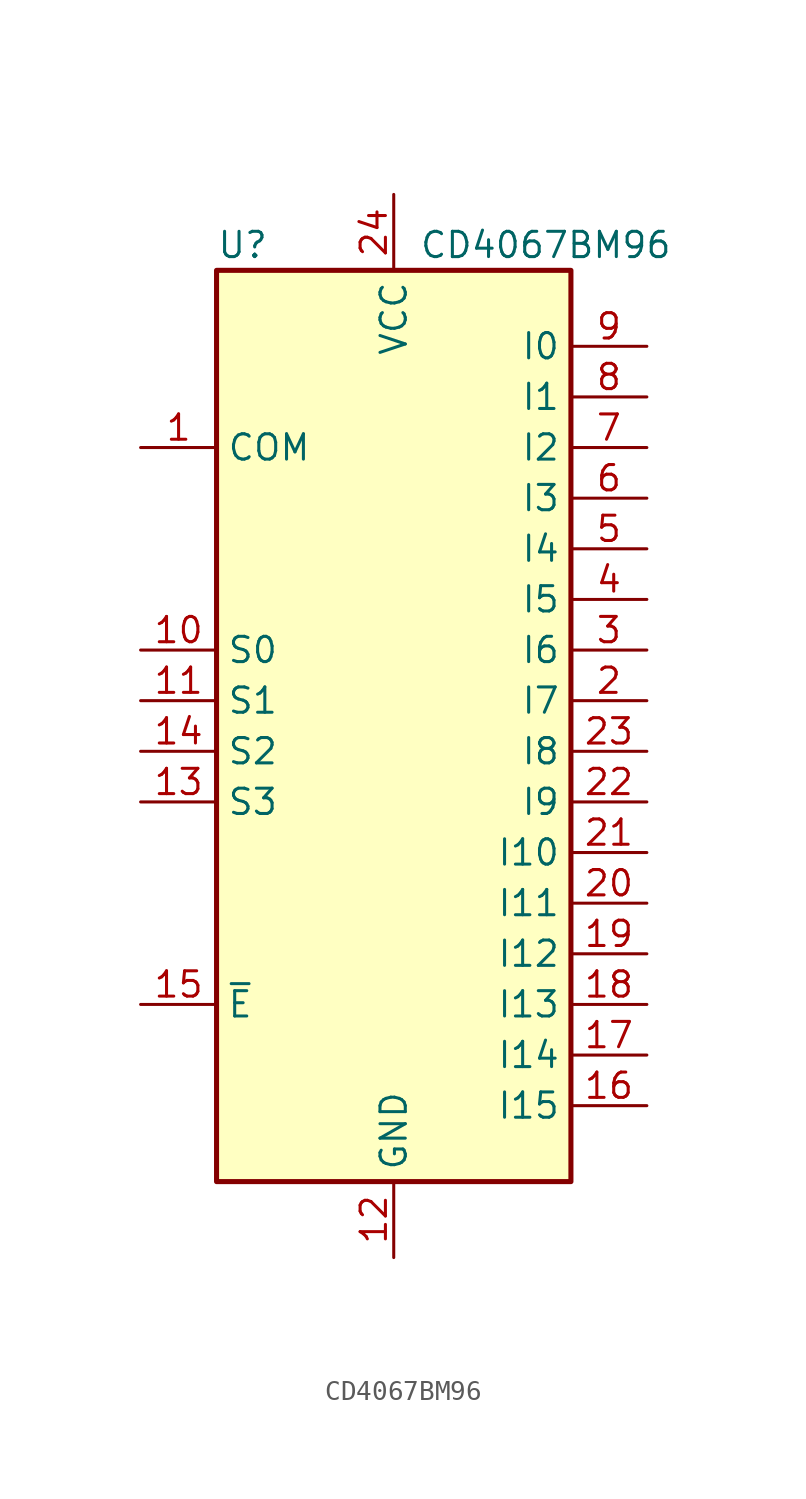
<source format=kicad_sym>
(kicad_symbol_lib
  (version 20220914)
  (generator kicad_symbol_editor)
  (symbol "CD4067BM96"
    (property "Reference" "U"
      (at -8.89 22.86 0)
      (effects (font (size 1.27 1.27)) (justify left)))
    (property "Value" "CD4067BM96"
      (at 1.27 22.86 0)
      (effects (font (size 1.27 1.27)) (justify left)))
    (symbol "CD4067BM96_0_1"
      (rectangle (start -8.89 21.59) (end 8.89 -24.13) (stroke (width 0.254) (type default)) (fill (type background))))
    (symbol "CD4067BM96_1_1"
      (pin passive line (at -12.7 12.7 0) (length 3.81) (name "COM" (effects (font (size 1.27 1.27)))) (number "1" (effects (font (size 1.27 1.27)))))
      (pin input line (at -12.7 2.54 0) (length 3.81) (name "S0" (effects (font (size 1.27 1.27)))) (number "10" (effects (font (size 1.27 1.27)))))
      (pin input line (at -12.7 0 0) (length 3.81) (name "S1" (effects (font (size 1.27 1.27)))) (number "11" (effects (font (size 1.27 1.27)))))
      (pin power_in line (at 0 -27.94 90) (length 3.81) (name "GND" (effects (font (size 1.27 1.27)))) (number "12" (effects (font (size 1.27 1.27)))))
      (pin input line (at -12.7 -5.08 0) (length 3.81) (name "S3" (effects (font (size 1.27 1.27)))) (number "13" (effects (font (size 1.27 1.27)))))
      (pin input line (at -12.7 -2.54 0) (length 3.81) (name "S2" (effects (font (size 1.27 1.27)))) (number "14" (effects (font (size 1.27 1.27)))))
      (pin input line (at -12.7 -15.24 0) (length 3.81) (name "~{E}" (effects (font (size 1.27 1.27)))) (number "15" (effects (font (size 1.27 1.27)))))
      (pin passive line (at 12.7 -20.32 180) (length 3.81) (name "I15" (effects (font (size 1.27 1.27)))) (number "16" (effects (font (size 1.27 1.27)))))
      (pin passive line (at 12.7 -17.78 180) (length 3.81) (name "I14" (effects (font (size 1.27 1.27)))) (number "17" (effects (font (size 1.27 1.27)))))
      (pin passive line (at 12.7 -15.24 180) (length 3.81) (name "I13" (effects (font (size 1.27 1.27)))) (number "18" (effects (font (size 1.27 1.27)))))
      (pin passive line (at 12.7 -12.7 180) (length 3.81) (name "I12" (effects (font (size 1.27 1.27)))) (number "19" (effects (font (size 1.27 1.27)))))
      (pin passive line (at 12.7 0 180) (length 3.81) (name "I7" (effects (font (size 1.27 1.27)))) (number "2" (effects (font (size 1.27 1.27)))))
      (pin passive line (at 12.7 -10.16 180) (length 3.81) (name "I11" (effects (font (size 1.27 1.27)))) (number "20" (effects (font (size 1.27 1.27)))))
      (pin passive line (at 12.7 -7.62 180) (length 3.81) (name "I10" (effects (font (size 1.27 1.27)))) (number "21" (effects (font (size 1.27 1.27)))))
      (pin passive line (at 12.7 -5.08 180) (length 3.81) (name "I9" (effects (font (size 1.27 1.27)))) (number "22" (effects (font (size 1.27 1.27)))))
      (pin passive line (at 12.7 -2.54 180) (length 3.81) (name "I8" (effects (font (size 1.27 1.27)))) (number "23" (effects (font (size 1.27 1.27)))))
      (pin power_in line (at 0 25.4 270) (length 3.81) (name "VCC" (effects (font (size 1.27 1.27)))) (number "24" (effects (font (size 1.27 1.27)))))
      (pin passive line (at 12.7 2.54 180) (length 3.81) (name "I6" (effects (font (size 1.27 1.27)))) (number "3" (effects (font (size 1.27 1.27)))))
      (pin passive line (at 12.7 5.08 180) (length 3.81) (name "I5" (effects (font (size 1.27 1.27)))) (number "4" (effects (font (size 1.27 1.27)))))
      (pin passive line (at 12.7 7.62 180) (length 3.81) (name "I4" (effects (font (size 1.27 1.27)))) (number "5" (effects (font (size 1.27 1.27)))))
      (pin passive line (at 12.7 10.16 180) (length 3.81) (name "I3" (effects (font (size 1.27 1.27)))) (number "6" (effects (font (size 1.27 1.27)))))
      (pin passive line (at 12.7 12.7 180) (length 3.81) (name "I2" (effects (font (size 1.27 1.27)))) (number "7" (effects (font (size 1.27 1.27)))))
      (pin passive line (at 12.7 15.24 180) (length 3.81) (name "I1" (effects (font (size 1.27 1.27)))) (number "8" (effects (font (size 1.27 1.27)))))
      (pin passive line (at 12.7 17.78 180) (length 3.81) (name "I0" (effects (font (size 1.27 1.27)))) (number "9" (effects (font (size 1.27 1.27))))))))
</source>
